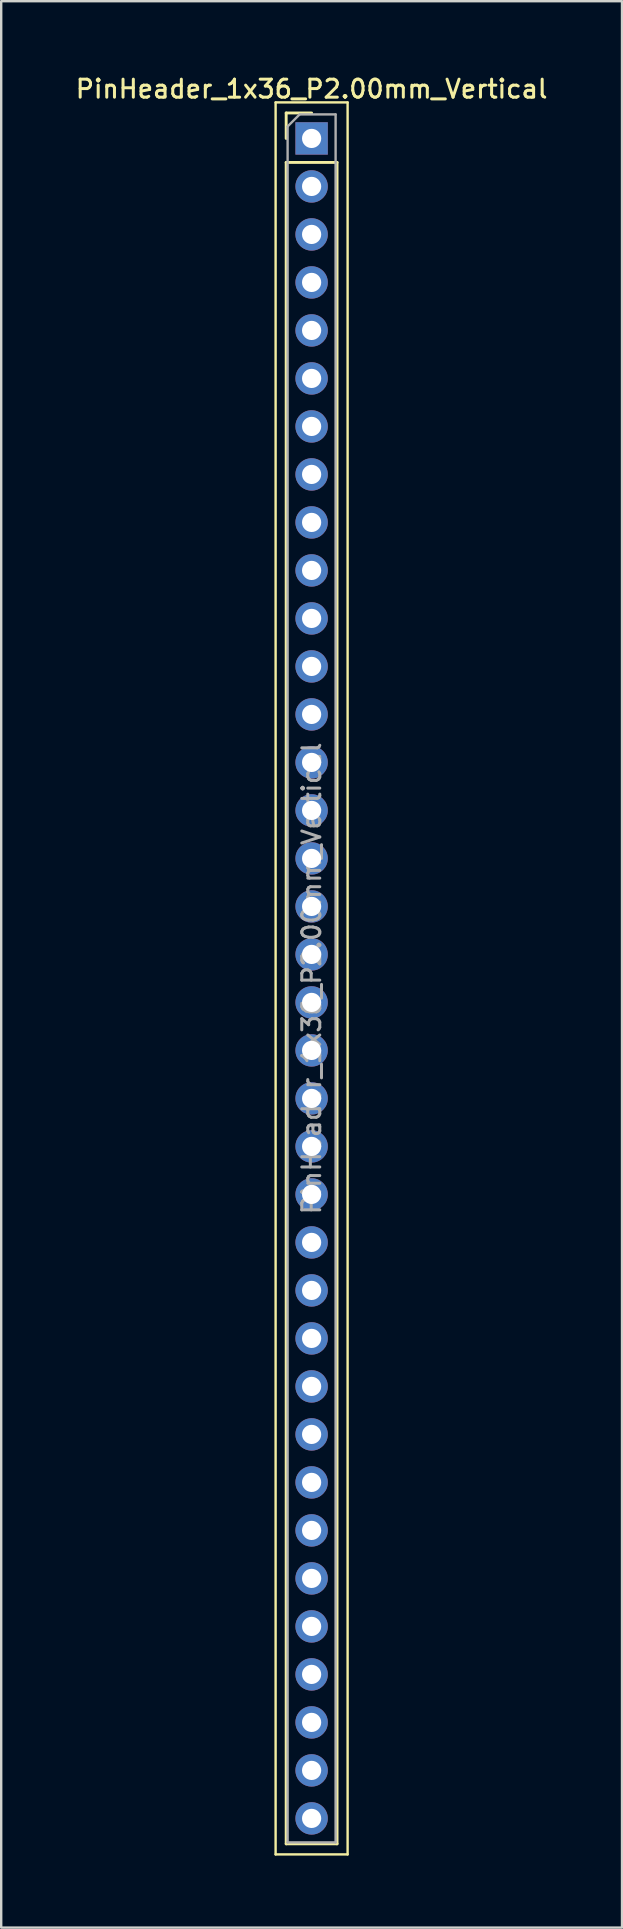
<source format=kicad_pcb>
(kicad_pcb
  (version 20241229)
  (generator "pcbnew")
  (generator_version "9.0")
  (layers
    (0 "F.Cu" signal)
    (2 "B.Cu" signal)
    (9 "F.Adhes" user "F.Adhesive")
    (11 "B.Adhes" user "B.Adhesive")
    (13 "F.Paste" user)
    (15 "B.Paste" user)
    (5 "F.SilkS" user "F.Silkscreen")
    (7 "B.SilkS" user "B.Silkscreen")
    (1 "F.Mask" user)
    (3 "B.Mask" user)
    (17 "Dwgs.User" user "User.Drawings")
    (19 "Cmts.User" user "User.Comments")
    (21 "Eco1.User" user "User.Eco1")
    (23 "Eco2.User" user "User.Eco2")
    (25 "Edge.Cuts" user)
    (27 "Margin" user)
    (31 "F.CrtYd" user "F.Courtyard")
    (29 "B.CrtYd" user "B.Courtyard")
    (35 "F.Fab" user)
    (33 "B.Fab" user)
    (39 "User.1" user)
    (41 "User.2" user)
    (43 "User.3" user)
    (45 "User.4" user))
  (footprint "PinHeader_1x36_P2.00mm_Vertical"
    (layer "F.Cu")
    (at 9.934 2.718)
    (property "Reference" "PinHeader_1x36_P2.00mm_Vertical" (at 0 -2.06 0) (layer "F.SilkS") (effects (font (size 0.75 0.75) (thickness 0.125))))
    (attr through_hole)
    (fp_line (start -1.5 -1.5) (end -1.5 71.5) (stroke (width 0.1) (type solid)) (layer "F.SilkS"))
    (fp_line (start -1.5 71.5) (end 1.5 71.5) (stroke (width 0.1) (type solid)) (layer "F.SilkS"))
    (fp_line (start -1.06 -1.06) (end 0 -1.06) (stroke (width 0.12) (type solid)) (layer "F.SilkS"))
    (fp_line (start -1.06 0) (end -1.06 -1.06) (stroke (width 0.12) (type solid)) (layer "F.SilkS"))
    (fp_line (start -1.06 1) (end -1.06 71.06) (stroke (width 0.12) (type solid)) (layer "F.SilkS"))
    (fp_line (start -1.06 1) (end 1.06 1) (stroke (width 0.12) (type solid)) (layer "F.SilkS"))
    (fp_line (start -1.06 71.06) (end 1.06 71.06) (stroke (width 0.12) (type solid)) (layer "F.SilkS"))
    (fp_line (start 1.06 1) (end 1.06 71.06) (stroke (width 0.12) (type solid)) (layer "F.SilkS"))
    (fp_line (start 1.5 -1.5) (end -1.5 -1.5) (stroke (width 0.1) (type solid)) (layer "F.SilkS"))
    (fp_line (start 1.5 71.5) (end 1.5 -1.5) (stroke (width 0.1) (type solid)) (layer "F.SilkS"))
    (fp_line (start -1 -0.5) (end -0.5 -1) (stroke (width 0.1) (type solid)) (layer "F.Fab"))
    (fp_line (start -1 71) (end -1 -0.5) (stroke (width 0.1) (type solid)) (layer "F.Fab"))
    (fp_line (start -0.5 -1) (end 1 -1) (stroke (width 0.1) (type solid)) (layer "F.Fab"))
    (fp_line (start 1 -1) (end 1 71) (stroke (width 0.1) (type solid)) (layer "F.Fab"))
    (fp_line (start 1 71) (end -1 71) (stroke (width 0.1) (type solid)) (layer "F.Fab"))
    (fp_text user "${REFERENCE}" (at 0 35 90) (layer "F.Fab") (effects (font (size 0.75 0.75) (thickness 0.125))))
    (pad "1" thru_hole rect (at 0 0) (size 1.35 1.35) (drill 0.8) (layers "*.Cu" "*.Mask"))
    (pad "2" thru_hole oval (at 0 2) (size 1.35 1.35) (drill 0.8) (layers "*.Cu" "*.Mask"))
    (pad "3" thru_hole oval (at 0 4) (size 1.35 1.35) (drill 0.8) (layers "*.Cu" "*.Mask"))
    (pad "4" thru_hole oval (at 0 6) (size 1.35 1.35) (drill 0.8) (layers "*.Cu" "*.Mask"))
    (pad "5" thru_hole oval (at 0 8) (size 1.35 1.35) (drill 0.8) (layers "*.Cu" "*.Mask"))
    (pad "6" thru_hole oval (at 0 10) (size 1.35 1.35) (drill 0.8) (layers "*.Cu" "*.Mask"))
    (pad "7" thru_hole oval (at 0 12) (size 1.35 1.35) (drill 0.8) (layers "*.Cu" "*.Mask"))
    (pad "8" thru_hole oval (at 0 14) (size 1.35 1.35) (drill 0.8) (layers "*.Cu" "*.Mask"))
    (pad "9" thru_hole oval (at 0 16) (size 1.35 1.35) (drill 0.8) (layers "*.Cu" "*.Mask"))
    (pad "10" thru_hole oval (at 0 18) (size 1.35 1.35) (drill 0.8) (layers "*.Cu" "*.Mask"))
    (pad "11" thru_hole oval (at 0 20) (size 1.35 1.35) (drill 0.8) (layers "*.Cu" "*.Mask"))
    (pad "12" thru_hole oval (at 0 22) (size 1.35 1.35) (drill 0.8) (layers "*.Cu" "*.Mask"))
    (pad "13" thru_hole oval (at 0 24) (size 1.35 1.35) (drill 0.8) (layers "*.Cu" "*.Mask"))
    (pad "14" thru_hole oval (at 0 26) (size 1.35 1.35) (drill 0.8) (layers "*.Cu" "*.Mask"))
    (pad "15" thru_hole oval (at 0 28) (size 1.35 1.35) (drill 0.8) (layers "*.Cu" "*.Mask"))
    (pad "16" thru_hole oval (at 0 30) (size 1.35 1.35) (drill 0.8) (layers "*.Cu" "*.Mask"))
    (pad "17" thru_hole oval (at 0 32) (size 1.35 1.35) (drill 0.8) (layers "*.Cu" "*.Mask"))
    (pad "18" thru_hole oval (at 0 34) (size 1.35 1.35) (drill 0.8) (layers "*.Cu" "*.Mask"))
    (pad "19" thru_hole oval (at 0 36) (size 1.35 1.35) (drill 0.8) (layers "*.Cu" "*.Mask"))
    (pad "20" thru_hole oval (at 0 38) (size 1.35 1.35) (drill 0.8) (layers "*.Cu" "*.Mask"))
    (pad "21" thru_hole oval (at 0 40) (size 1.35 1.35) (drill 0.8) (layers "*.Cu" "*.Mask"))
    (pad "22" thru_hole oval (at 0 42) (size 1.35 1.35) (drill 0.8) (layers "*.Cu" "*.Mask"))
    (pad "23" thru_hole oval (at 0 44) (size 1.35 1.35) (drill 0.8) (layers "*.Cu" "*.Mask"))
    (pad "24" thru_hole oval (at 0 46) (size 1.35 1.35) (drill 0.8) (layers "*.Cu" "*.Mask"))
    (pad "25" thru_hole oval (at 0 48) (size 1.35 1.35) (drill 0.8) (layers "*.Cu" "*.Mask"))
    (pad "26" thru_hole oval (at 0 50) (size 1.35 1.35) (drill 0.8) (layers "*.Cu" "*.Mask"))
    (pad "27" thru_hole oval (at 0 52) (size 1.35 1.35) (drill 0.8) (layers "*.Cu" "*.Mask"))
    (pad "28" thru_hole oval (at 0 54) (size 1.35 1.35) (drill 0.8) (layers "*.Cu" "*.Mask"))
    (pad "29" thru_hole oval (at 0 56) (size 1.35 1.35) (drill 0.8) (layers "*.Cu" "*.Mask"))
    (pad "30" thru_hole oval (at 0 58) (size 1.35 1.35) (drill 0.8) (layers "*.Cu" "*.Mask"))
    (pad "31" thru_hole oval (at 0 60) (size 1.35 1.35) (drill 0.8) (layers "*.Cu" "*.Mask"))
    (pad "32" thru_hole oval (at 0 62) (size 1.35 1.35) (drill 0.8) (layers "*.Cu" "*.Mask"))
    (pad "33" thru_hole oval (at 0 64) (size 1.35 1.35) (drill 0.8) (layers "*.Cu" "*.Mask"))
    (pad "34" thru_hole oval (at 0 66) (size 1.35 1.35) (drill 0.8) (layers "*.Cu" "*.Mask"))
    (pad "35" thru_hole oval (at 0 68) (size 1.35 1.35) (drill 0.8) (layers "*.Cu" "*.Mask"))
    (pad "36" thru_hole oval (at 0 70) (size 1.35 1.35) (drill 0.8) (layers "*.Cu" "*.Mask")))
  (gr_rect
    (start -3 -3)
    (end 22.868 77.268)
    (stroke (width 0.1) (type default))
    (fill no)
    (layer "Edge.Cuts")))
</source>
